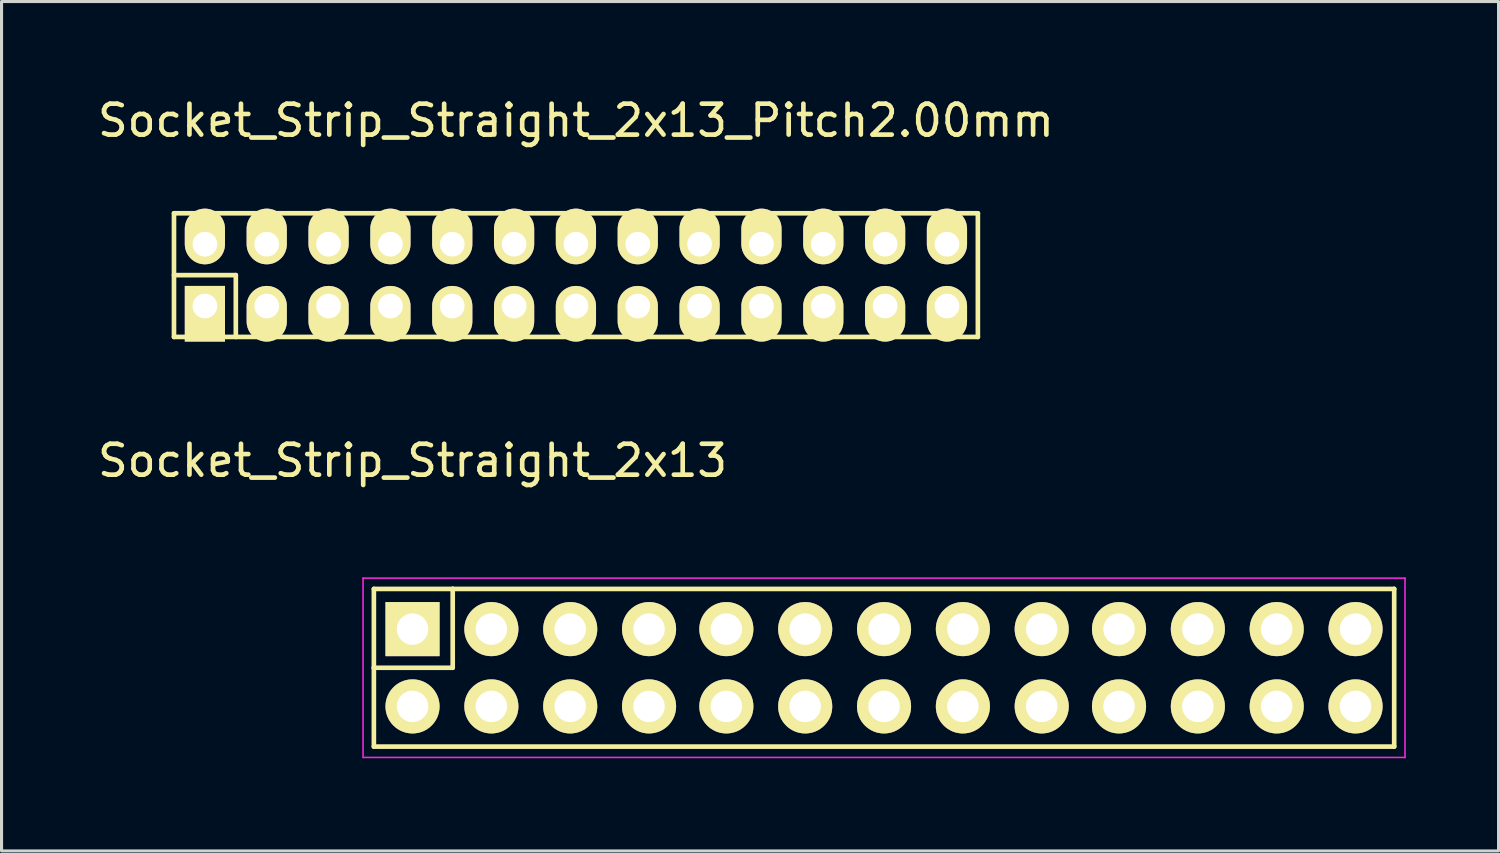
<source format=kicad_pcb>
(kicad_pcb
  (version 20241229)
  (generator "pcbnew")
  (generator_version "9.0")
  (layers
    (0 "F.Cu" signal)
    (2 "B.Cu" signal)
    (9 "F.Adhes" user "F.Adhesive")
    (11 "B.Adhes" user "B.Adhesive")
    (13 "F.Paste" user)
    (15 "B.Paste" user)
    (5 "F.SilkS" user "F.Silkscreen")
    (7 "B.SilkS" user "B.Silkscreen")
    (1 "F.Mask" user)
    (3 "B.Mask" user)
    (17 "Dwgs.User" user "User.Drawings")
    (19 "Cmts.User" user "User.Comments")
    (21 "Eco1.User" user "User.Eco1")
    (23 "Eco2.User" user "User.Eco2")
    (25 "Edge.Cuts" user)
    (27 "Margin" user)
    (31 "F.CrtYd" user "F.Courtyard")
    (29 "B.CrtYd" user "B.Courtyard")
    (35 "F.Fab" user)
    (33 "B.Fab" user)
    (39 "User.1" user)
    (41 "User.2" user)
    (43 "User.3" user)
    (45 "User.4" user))
  (footprint "Socket_Strip_Straight_2x13_Pitch2.00mm"
    (layer "F.Cu")
    (at 15.577 5.848)
    (property "Reference" "Socket_Strip_Straight_2x13_Pitch2.00mm" (at 0 -5 0) (layer "F.SilkS") (effects (font (size 1 1) (thickness 0.15))))
    (attr through_hole)
    (fp_line (start -13 -2) (end 13 -2) (stroke (width 0.15) (type solid)) (layer "F.SilkS"))
    (fp_line (start -13 0) (end -11 0) (stroke (width 0.15) (type solid)) (layer "F.SilkS"))
    (fp_line (start -13 2) (end -13 -2) (stroke (width 0.15) (type solid)) (layer "F.SilkS"))
    (fp_line (start -11 0) (end -11 2) (stroke (width 0.15) (type solid)) (layer "F.SilkS"))
    (fp_line (start 13 -2) (end 13 2) (stroke (width 0.15) (type solid)) (layer "F.SilkS"))
    (fp_line (start 13 2) (end -13 2) (stroke (width 0.15) (type solid)) (layer "F.SilkS"))
    (pad "1" thru_hole rect (at -12 1) (size 1.3 1.8) (drill 0.8 (offset 0 0.25)) (layers "*.Cu" "*.Mask" "F.SilkS"))
    (pad "2" thru_hole oval (at -12 -1) (size 1.3 1.8) (drill 0.8 (offset 0 -0.25)) (layers "*.Cu" "*.Mask" "F.SilkS"))
    (pad "3" thru_hole oval (at -10 1) (size 1.3 1.8) (drill 0.8 (offset 0 0.25)) (layers "*.Cu" "*.Mask" "F.SilkS"))
    (pad "4" thru_hole oval (at -10 -1) (size 1.3 1.8) (drill 0.8 (offset 0 -0.25)) (layers "*.Cu" "*.Mask" "F.SilkS"))
    (pad "5" thru_hole oval (at -8 1) (size 1.3 1.8) (drill 0.8 (offset 0 0.25)) (layers "*.Cu" "*.Mask" "F.SilkS"))
    (pad "6" thru_hole oval (at -8 -1) (size 1.3 1.8) (drill 0.8 (offset 0 -0.25)) (layers "*.Cu" "*.Mask" "F.SilkS"))
    (pad "7" thru_hole oval (at -6 1) (size 1.3 1.8) (drill 0.8 (offset 0 0.25)) (layers "*.Cu" "*.Mask" "F.SilkS"))
    (pad "8" thru_hole oval (at -6 -1) (size 1.3 1.8) (drill 0.8 (offset 0 -0.25)) (layers "*.Cu" "*.Mask" "F.SilkS"))
    (pad "9" thru_hole oval (at -4 1) (size 1.3 1.8) (drill 0.8 (offset 0 0.25)) (layers "*.Cu" "*.Mask" "F.SilkS"))
    (pad "10" thru_hole oval (at -4 -1) (size 1.3 1.8) (drill 0.8 (offset 0 -0.25)) (layers "*.Cu" "*.Mask" "F.SilkS"))
    (pad "11" thru_hole oval (at -2 1) (size 1.3 1.8) (drill 0.8 (offset 0 0.25)) (layers "*.Cu" "*.Mask" "F.SilkS"))
    (pad "12" thru_hole oval (at -2 -1) (size 1.3 1.8) (drill 0.8 (offset 0 -0.25)) (layers "*.Cu" "*.Mask" "F.SilkS"))
    (pad "13" thru_hole oval (at 0 1) (size 1.3 1.8) (drill 0.8 (offset 0 0.25)) (layers "*.Cu" "*.Mask" "F.SilkS"))
    (pad "14" thru_hole oval (at 0 -1) (size 1.3 1.8) (drill 0.8 (offset 0 -0.25)) (layers "*.Cu" "*.Mask" "F.SilkS"))
    (pad "15" thru_hole oval (at 2 1) (size 1.3 1.8) (drill 0.8 (offset 0 0.25)) (layers "*.Cu" "*.Mask" "F.SilkS"))
    (pad "16" thru_hole oval (at 2 -1) (size 1.3 1.8) (drill 0.8 (offset 0 -0.25)) (layers "*.Cu" "*.Mask" "F.SilkS"))
    (pad "17" thru_hole oval (at 4 1) (size 1.3 1.8) (drill 0.8 (offset 0 0.25)) (layers "*.Cu" "*.Mask" "F.SilkS"))
    (pad "18" thru_hole oval (at 4 -1) (size 1.3 1.8) (drill 0.8 (offset 0 -0.25)) (layers "*.Cu" "*.Mask" "F.SilkS"))
    (pad "19" thru_hole oval (at 6 1) (size 1.3 1.8) (drill 0.8 (offset 0 0.25)) (layers "*.Cu" "*.Mask" "F.SilkS"))
    (pad "20" thru_hole oval (at 6 -1) (size 1.3 1.8) (drill 0.8 (offset 0 -0.25)) (layers "*.Cu" "*.Mask" "F.SilkS"))
    (pad "21" thru_hole oval (at 8 1) (size 1.3 1.8) (drill 0.8 (offset 0 0.25)) (layers "*.Cu" "*.Mask" "F.SilkS"))
    (pad "22" thru_hole oval (at 8 -1) (size 1.3 1.8) (drill 0.8 (offset 0 -0.25)) (layers "*.Cu" "*.Mask" "F.SilkS"))
    (pad "23" thru_hole oval (at 10 1) (size 1.3 1.8) (drill 0.8 (offset 0 0.25)) (layers "*.Cu" "*.Mask" "F.SilkS"))
    (pad "24" thru_hole oval (at 10 -1) (size 1.3 1.8) (drill 0.8 (offset 0 -0.25)) (layers "*.Cu" "*.Mask" "F.SilkS"))
    (pad "25" thru_hole oval (at 12 1) (size 1.3 1.8) (drill 0.8 (offset 0 0.25)) (layers "*.Cu" "*.Mask" "F.SilkS"))
    (pad "26" thru_hole oval (at 12 -1) (size 1.3 1.8) (drill 0.8 (offset 0 -0.25)) (layers "*.Cu" "*.Mask" "F.SilkS")))
  (footprint "Socket_Strip_Straight_2x13"
    (layer "F.Cu")
    (at 10.292 17.297)
    (property "Reference" "Socket_Strip_Straight_2x13" (at 0 -5.45 0) (layer "F.SilkS") (effects (font (size 1 1) (thickness 0.15))))
    (attr through_hole)
    (fp_line (start -1.25 -1.3) (end -1.25 1.25) (stroke (width 0.15) (type solid)) (layer "F.SilkS"))
    (fp_line (start -1.25 -1.3) (end 1.3 -1.3) (stroke (width 0.15) (type solid)) (layer "F.SilkS"))
    (fp_line (start -1.25 1.25) (end 1.3 1.25) (stroke (width 0.15) (type solid)) (layer "F.SilkS"))
    (fp_line (start -1.25 3.8) (end -1.25 1.25) (stroke (width 0.15) (type solid)) (layer "F.SilkS"))
    (fp_line (start -1.25 3.8) (end 31.75 3.8) (stroke (width 0.15) (type solid)) (layer "F.SilkS"))
    (fp_line (start 1.3 -1.3) (end 31.75 -1.3) (stroke (width 0.15) (type solid)) (layer "F.SilkS"))
    (fp_line (start 1.3 1.25) (end 1.3 -1.3) (stroke (width 0.15) (type solid)) (layer "F.SilkS"))
    (fp_line (start 31.75 3.8) (end 31.75 -1.3) (stroke (width 0.15) (type solid)) (layer "F.SilkS"))
    (fp_line (start -1.6 -1.65) (end -1.6 4.15) (stroke (width 0.05) (type solid)) (layer "F.CrtYd"))
    (fp_line (start -1.6 -1.65) (end 32.1 -1.65) (stroke (width 0.05) (type solid)) (layer "F.CrtYd"))
    (fp_line (start -1.6 4.15) (end 32.1 4.15) (stroke (width 0.05) (type solid)) (layer "F.CrtYd"))
    (fp_line (start 32.1 -1.65) (end 32.1 4.15) (stroke (width 0.05) (type solid)) (layer "F.CrtYd"))
    (pad "1" thru_hole rect (at 0 0) (size 1.75 1.75) (drill 1.016) (layers "*.Cu" "*.Mask" "F.SilkS"))
    (pad "2" thru_hole oval (at 0 2.5) (size 1.75 1.75) (drill 1.016) (layers "*.Cu" "*.Mask" "F.SilkS"))
    (pad "3" thru_hole oval (at 2.55 0) (size 1.75 1.75) (drill 1.016) (layers "*.Cu" "*.Mask" "F.SilkS"))
    (pad "4" thru_hole oval (at 2.55 2.5) (size 1.75 1.75) (drill 1.016) (layers "*.Cu" "*.Mask" "F.SilkS"))
    (pad "5" thru_hole oval (at 5.1 0) (size 1.75 1.75) (drill 1.016) (layers "*.Cu" "*.Mask" "F.SilkS"))
    (pad "6" thru_hole oval (at 5.1 2.5) (size 1.75 1.75) (drill 1.016) (layers "*.Cu" "*.Mask" "F.SilkS"))
    (pad "7" thru_hole oval (at 7.65 0) (size 1.75 1.75) (drill 1.016) (layers "*.Cu" "*.Mask" "F.SilkS"))
    (pad "8" thru_hole oval (at 7.65 2.5) (size 1.75 1.75) (drill 1.016) (layers "*.Cu" "*.Mask" "F.SilkS"))
    (pad "9" thru_hole oval (at 10.15 0) (size 1.75 1.75) (drill 1.016) (layers "*.Cu" "*.Mask" "F.SilkS"))
    (pad "10" thru_hole oval (at 10.15 2.5) (size 1.75 1.75) (drill 1.016) (layers "*.Cu" "*.Mask" "F.SilkS"))
    (pad "11" thru_hole oval (at 12.7 0) (size 1.75 1.75) (drill 1.016) (layers "*.Cu" "*.Mask" "F.SilkS"))
    (pad "12" thru_hole oval (at 12.7 2.5) (size 1.75 1.75) (drill 1.016) (layers "*.Cu" "*.Mask" "F.SilkS"))
    (pad "13" thru_hole oval (at 15.25 0) (size 1.75 1.75) (drill 1.016) (layers "*.Cu" "*.Mask" "F.SilkS"))
    (pad "14" thru_hole oval (at 15.25 2.5) (size 1.75 1.75) (drill 1.016) (layers "*.Cu" "*.Mask" "F.SilkS"))
    (pad "15" thru_hole oval (at 17.8 0) (size 1.75 1.75) (drill 1.016) (layers "*.Cu" "*.Mask" "F.SilkS"))
    (pad "16" thru_hole oval (at 17.8 2.5) (size 1.75 1.75) (drill 1.016) (layers "*.Cu" "*.Mask" "F.SilkS"))
    (pad "17" thru_hole oval (at 20.35 0) (size 1.75 1.75) (drill 1.016) (layers "*.Cu" "*.Mask" "F.SilkS"))
    (pad "18" thru_hole oval (at 20.35 2.5) (size 1.75 1.75) (drill 1.016) (layers "*.Cu" "*.Mask" "F.SilkS"))
    (pad "19" thru_hole oval (at 22.85 0) (size 1.75 1.75) (drill 1.016) (layers "*.Cu" "*.Mask" "F.SilkS"))
    (pad "20" thru_hole oval (at 22.85 2.5) (size 1.75 1.75) (drill 1.016) (layers "*.Cu" "*.Mask" "F.SilkS"))
    (pad "21" thru_hole oval (at 25.4 0) (size 1.75 1.75) (drill 1.016) (layers "*.Cu" "*.Mask" "F.SilkS"))
    (pad "22" thru_hole oval (at 25.4 2.5) (size 1.75 1.75) (drill 1.016) (layers "*.Cu" "*.Mask" "F.SilkS"))
    (pad "23" thru_hole oval (at 27.95 0) (size 1.75 1.75) (drill 1.016) (layers "*.Cu" "*.Mask" "F.SilkS"))
    (pad "24" thru_hole oval (at 27.95 2.5) (size 1.75 1.75) (drill 1.016) (layers "*.Cu" "*.Mask" "F.SilkS"))
    (pad "25" thru_hole oval (at 30.5 0) (size 1.75 1.75) (drill 1.016) (layers "*.Cu" "*.Mask" "F.SilkS"))
    (pad "26" thru_hole oval (at 30.5 2.5) (size 1.75 1.75) (drill 1.016) (layers "*.Cu" "*.Mask" "F.SilkS")))
  (gr_rect
    (start -3 -3)
    (end 45.417 24.471)
    (stroke (width 0.1) (type default))
    (fill no)
    (layer "Edge.Cuts")))
</source>
